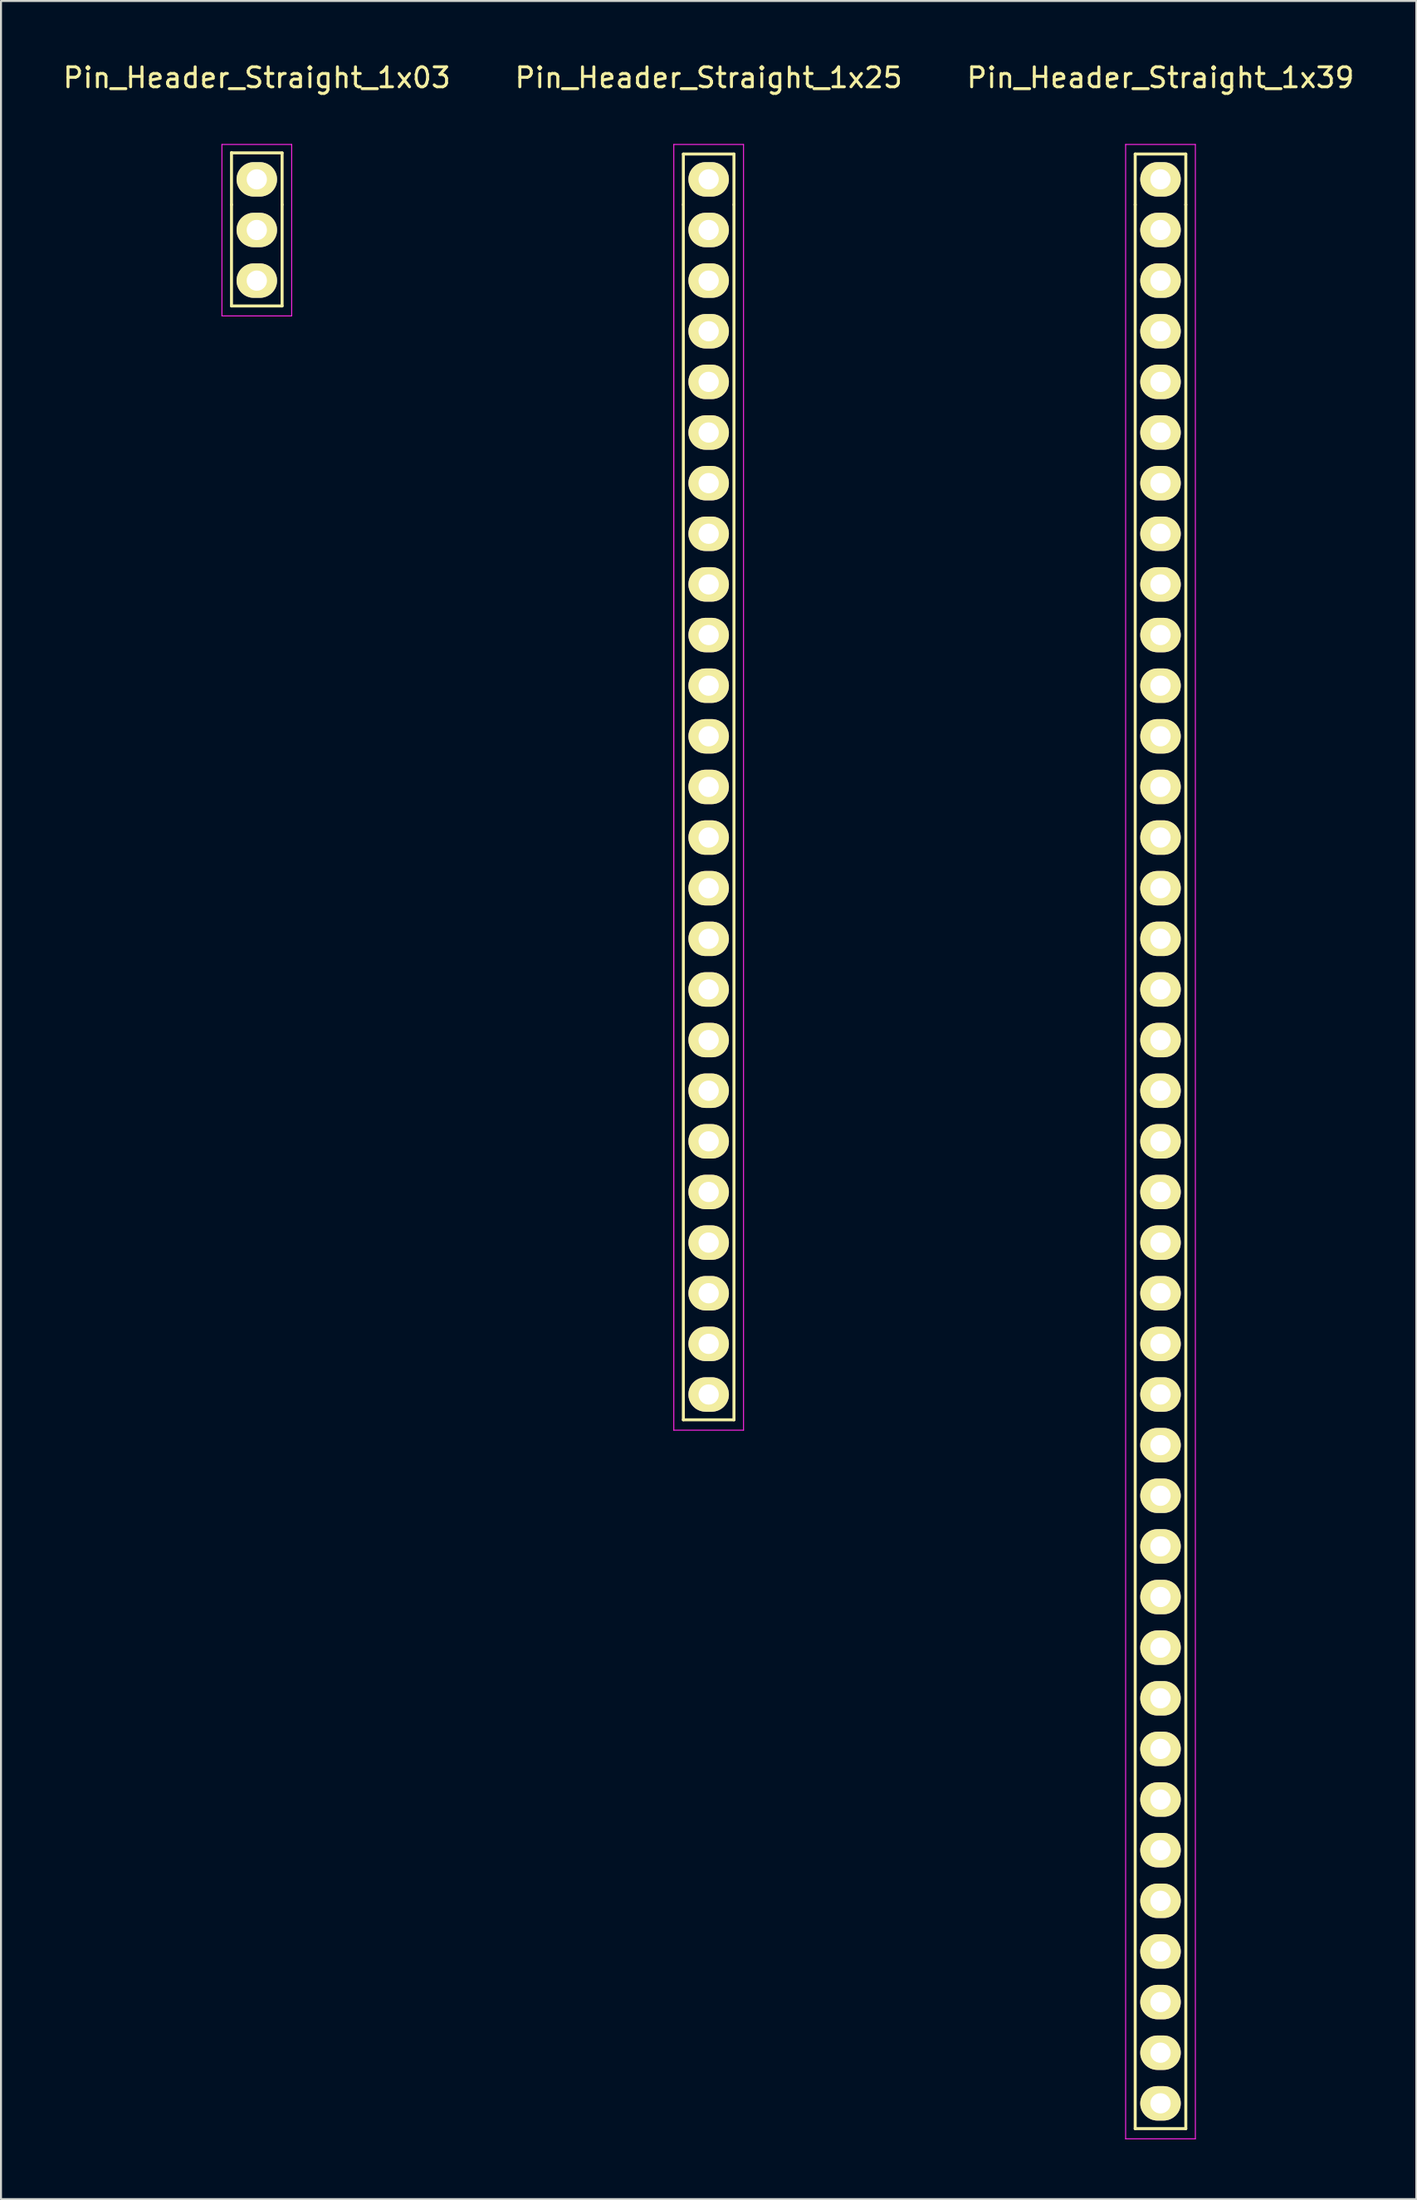
<source format=kicad_pcb>
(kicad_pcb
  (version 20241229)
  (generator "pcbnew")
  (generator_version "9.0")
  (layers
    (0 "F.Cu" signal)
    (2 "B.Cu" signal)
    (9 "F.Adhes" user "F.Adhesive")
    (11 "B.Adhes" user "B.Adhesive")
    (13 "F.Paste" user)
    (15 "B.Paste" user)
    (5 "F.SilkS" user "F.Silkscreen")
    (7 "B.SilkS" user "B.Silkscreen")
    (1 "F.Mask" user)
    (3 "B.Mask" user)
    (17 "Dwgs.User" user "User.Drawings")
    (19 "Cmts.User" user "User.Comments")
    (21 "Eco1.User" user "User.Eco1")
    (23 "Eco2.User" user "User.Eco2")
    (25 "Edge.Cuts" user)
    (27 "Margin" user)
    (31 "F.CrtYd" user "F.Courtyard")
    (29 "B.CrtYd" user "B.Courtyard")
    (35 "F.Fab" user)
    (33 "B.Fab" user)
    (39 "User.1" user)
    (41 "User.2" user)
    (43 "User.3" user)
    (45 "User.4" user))
  (footprint "Pin_Header_Straight_1x39"
    (layer "F.Cu")
    (at 55.196 5.948)
    (property "Reference" "Pin_Header_Straight_1x39" (at 0 -5.1 0) (layer "F.SilkS") (effects (font (size 1 1) (thickness 0.15))))
    (attr through_hole)
    (fp_line (start -1.27 -1.27) (end -1.27 1.27) (stroke (width 0.15) (type solid)) (layer "F.SilkS"))
    (fp_line (start -1.27 1.27) (end -1.27 97.79) (stroke (width 0.15) (type solid)) (layer "F.SilkS"))
    (fp_line (start -1.27 97.79) (end 1.27 97.79) (stroke (width 0.15) (type solid)) (layer "F.SilkS"))
    (fp_line (start 1.27 -1.27) (end -1.27 -1.27) (stroke (width 0.15) (type solid)) (layer "F.SilkS"))
    (fp_line (start 1.27 1.27) (end 1.27 -1.27) (stroke (width 0.15) (type solid)) (layer "F.SilkS"))
    (fp_line (start 1.27 97.79) (end 1.27 1.27) (stroke (width 0.15) (type solid)) (layer "F.SilkS"))
    (fp_line (start -1.75 -1.75) (end -1.75 98.3) (stroke (width 0.05) (type solid)) (layer "F.CrtYd"))
    (fp_line (start -1.75 -1.75) (end 1.75 -1.75) (stroke (width 0.05) (type solid)) (layer "F.CrtYd"))
    (fp_line (start -1.75 98.3) (end 1.75 98.3) (stroke (width 0.05) (type solid)) (layer "F.CrtYd"))
    (fp_line (start 1.75 -1.75) (end 1.75 98.3) (stroke (width 0.05) (type solid)) (layer "F.CrtYd"))
    (pad "1" thru_hole oval (at 0 0) (size 2.032 1.727) (drill 1.016) (layers "*.Cu" "*.Mask" "F.SilkS"))
    (pad "2" thru_hole oval (at 0 2.54) (size 2.032 1.727) (drill 1.016) (layers "*.Cu" "*.Mask" "F.SilkS"))
    (pad "3" thru_hole oval (at 0 5.08) (size 2.032 1.727) (drill 1.016) (layers "*.Cu" "*.Mask" "F.SilkS"))
    (pad "4" thru_hole oval (at 0 7.62) (size 2.032 1.727) (drill 1.016) (layers "*.Cu" "*.Mask" "F.SilkS"))
    (pad "5" thru_hole oval (at 0 10.16) (size 2.032 1.727) (drill 1.016) (layers "*.Cu" "*.Mask" "F.SilkS"))
    (pad "6" thru_hole oval (at 0 12.7) (size 2.032 1.727) (drill 1.016) (layers "*.Cu" "*.Mask" "F.SilkS"))
    (pad "7" thru_hole oval (at 0 15.24) (size 2.032 1.727) (drill 1.016) (layers "*.Cu" "*.Mask" "F.SilkS"))
    (pad "8" thru_hole oval (at 0 17.78) (size 2.032 1.727) (drill 1.016) (layers "*.Cu" "*.Mask" "F.SilkS"))
    (pad "9" thru_hole oval (at 0 20.32) (size 2.032 1.727) (drill 1.016) (layers "*.Cu" "*.Mask" "F.SilkS"))
    (pad "10" thru_hole oval (at 0 22.86) (size 2.032 1.727) (drill 1.016) (layers "*.Cu" "*.Mask" "F.SilkS"))
    (pad "11" thru_hole oval (at 0 25.4) (size 2.032 1.727) (drill 1.016) (layers "*.Cu" "*.Mask" "F.SilkS"))
    (pad "12" thru_hole oval (at 0 27.94) (size 2.032 1.727) (drill 1.016) (layers "*.Cu" "*.Mask" "F.SilkS"))
    (pad "13" thru_hole oval (at 0 30.48) (size 2.032 1.727) (drill 1.016) (layers "*.Cu" "*.Mask" "F.SilkS"))
    (pad "14" thru_hole oval (at 0 33.02) (size 2.032 1.727) (drill 1.016) (layers "*.Cu" "*.Mask" "F.SilkS"))
    (pad "15" thru_hole oval (at 0 35.56) (size 2.032 1.727) (drill 1.016) (layers "*.Cu" "*.Mask" "F.SilkS"))
    (pad "16" thru_hole oval (at 0 38.1) (size 2.032 1.727) (drill 1.016) (layers "*.Cu" "*.Mask" "F.SilkS"))
    (pad "17" thru_hole oval (at 0 40.64) (size 2.032 1.727) (drill 1.016) (layers "*.Cu" "*.Mask" "F.SilkS"))
    (pad "18" thru_hole oval (at 0 43.18) (size 2.032 1.727) (drill 1.016) (layers "*.Cu" "*.Mask" "F.SilkS"))
    (pad "19" thru_hole oval (at 0 45.72) (size 2.032 1.727) (drill 1.016) (layers "*.Cu" "*.Mask" "F.SilkS"))
    (pad "20" thru_hole oval (at 0 48.26) (size 2.032 1.727) (drill 1.016) (layers "*.Cu" "*.Mask" "F.SilkS"))
    (pad "21" thru_hole oval (at 0 50.8) (size 2.032 1.727) (drill 1.016) (layers "*.Cu" "*.Mask" "F.SilkS"))
    (pad "22" thru_hole oval (at 0 53.34) (size 2.032 1.727) (drill 1.016) (layers "*.Cu" "*.Mask" "F.SilkS"))
    (pad "23" thru_hole oval (at 0 55.88) (size 2.032 1.727) (drill 1.016) (layers "*.Cu" "*.Mask" "F.SilkS"))
    (pad "24" thru_hole oval (at 0 58.42) (size 2.032 1.727) (drill 1.016) (layers "*.Cu" "*.Mask" "F.SilkS"))
    (pad "25" thru_hole oval (at 0 60.96) (size 2.032 1.727) (drill 1.016) (layers "*.Cu" "*.Mask" "F.SilkS"))
    (pad "26" thru_hole oval (at 0 63.5) (size 2.032 1.727) (drill 1.016) (layers "*.Cu" "*.Mask" "F.SilkS"))
    (pad "27" thru_hole oval (at 0 66.04) (size 2.032 1.727) (drill 1.016) (layers "*.Cu" "*.Mask" "F.SilkS"))
    (pad "28" thru_hole oval (at 0 68.58) (size 2.032 1.727) (drill 1.016) (layers "*.Cu" "*.Mask" "F.SilkS"))
    (pad "29" thru_hole oval (at 0 71.12) (size 2.032 1.727) (drill 1.016) (layers "*.Cu" "*.Mask" "F.SilkS"))
    (pad "30" thru_hole oval (at 0 73.66) (size 2.032 1.727) (drill 1.016) (layers "*.Cu" "*.Mask" "F.SilkS"))
    (pad "31" thru_hole oval (at 0 76.2) (size 2.032 1.727) (drill 1.016) (layers "*.Cu" "*.Mask" "F.SilkS"))
    (pad "32" thru_hole oval (at 0 78.74) (size 2.032 1.727) (drill 1.016) (layers "*.Cu" "*.Mask" "F.SilkS"))
    (pad "33" thru_hole oval (at 0 81.28) (size 2.032 1.727) (drill 1.016) (layers "*.Cu" "*.Mask" "F.SilkS"))
    (pad "34" thru_hole oval (at 0 83.82) (size 2.032 1.727) (drill 1.016) (layers "*.Cu" "*.Mask" "F.SilkS"))
    (pad "35" thru_hole oval (at 0 86.36) (size 2.032 1.727) (drill 1.016) (layers "*.Cu" "*.Mask" "F.SilkS"))
    (pad "36" thru_hole oval (at 0 88.9) (size 2.032 1.727) (drill 1.016) (layers "*.Cu" "*.Mask" "F.SilkS"))
    (pad "37" thru_hole oval (at 0 91.44) (size 2.032 1.727) (drill 1.016) (layers "*.Cu" "*.Mask" "F.SilkS"))
    (pad "38" thru_hole oval (at 0 93.98) (size 2.032 1.727) (drill 1.016) (layers "*.Cu" "*.Mask" "F.SilkS"))
    (pad "39" thru_hole oval (at 0 96.52) (size 2.032 1.727) (drill 1.016) (layers "*.Cu" "*.Mask" "F.SilkS")))
  (footprint "Pin_Header_Straight_1x25"
    (layer "F.Cu")
    (at 32.518 5.948)
    (property "Reference" "Pin_Header_Straight_1x25" (at 0 -5.1 0) (layer "F.SilkS") (effects (font (size 1 1) (thickness 0.15))))
    (attr through_hole)
    (fp_line (start -1.27 -1.27) (end -1.27 1.27) (stroke (width 0.15) (type solid)) (layer "F.SilkS"))
    (fp_line (start -1.27 1.27) (end -1.27 62.23) (stroke (width 0.15) (type solid)) (layer "F.SilkS"))
    (fp_line (start -1.27 62.23) (end 1.27 62.23) (stroke (width 0.15) (type solid)) (layer "F.SilkS"))
    (fp_line (start 1.27 -1.27) (end -1.27 -1.27) (stroke (width 0.15) (type solid)) (layer "F.SilkS"))
    (fp_line (start 1.27 1.27) (end 1.27 -1.27) (stroke (width 0.15) (type solid)) (layer "F.SilkS"))
    (fp_line (start 1.27 62.23) (end 1.27 1.27) (stroke (width 0.15) (type solid)) (layer "F.SilkS"))
    (fp_line (start -1.75 -1.75) (end -1.75 62.75) (stroke (width 0.05) (type solid)) (layer "F.CrtYd"))
    (fp_line (start -1.75 -1.75) (end 1.75 -1.75) (stroke (width 0.05) (type solid)) (layer "F.CrtYd"))
    (fp_line (start -1.75 62.75) (end 1.75 62.75) (stroke (width 0.05) (type solid)) (layer "F.CrtYd"))
    (fp_line (start 1.75 -1.75) (end 1.75 62.75) (stroke (width 0.05) (type solid)) (layer "F.CrtYd"))
    (pad "1" thru_hole oval (at 0 0) (size 2.032 1.727) (drill 1.016) (layers "*.Cu" "*.Mask" "F.SilkS"))
    (pad "2" thru_hole oval (at 0 2.54) (size 2.032 1.727) (drill 1.016) (layers "*.Cu" "*.Mask" "F.SilkS"))
    (pad "3" thru_hole oval (at 0 5.08) (size 2.032 1.727) (drill 1.016) (layers "*.Cu" "*.Mask" "F.SilkS"))
    (pad "4" thru_hole oval (at 0 7.62) (size 2.032 1.727) (drill 1.016) (layers "*.Cu" "*.Mask" "F.SilkS"))
    (pad "5" thru_hole oval (at 0 10.16) (size 2.032 1.727) (drill 1.016) (layers "*.Cu" "*.Mask" "F.SilkS"))
    (pad "6" thru_hole oval (at 0 12.7) (size 2.032 1.727) (drill 1.016) (layers "*.Cu" "*.Mask" "F.SilkS"))
    (pad "7" thru_hole oval (at 0 15.24) (size 2.032 1.727) (drill 1.016) (layers "*.Cu" "*.Mask" "F.SilkS"))
    (pad "8" thru_hole oval (at 0 17.78) (size 2.032 1.727) (drill 1.016) (layers "*.Cu" "*.Mask" "F.SilkS"))
    (pad "9" thru_hole oval (at 0 20.32) (size 2.032 1.727) (drill 1.016) (layers "*.Cu" "*.Mask" "F.SilkS"))
    (pad "10" thru_hole oval (at 0 22.86) (size 2.032 1.727) (drill 1.016) (layers "*.Cu" "*.Mask" "F.SilkS"))
    (pad "11" thru_hole oval (at 0 25.4) (size 2.032 1.727) (drill 1.016) (layers "*.Cu" "*.Mask" "F.SilkS"))
    (pad "12" thru_hole oval (at 0 27.94) (size 2.032 1.727) (drill 1.016) (layers "*.Cu" "*.Mask" "F.SilkS"))
    (pad "13" thru_hole oval (at 0 30.48) (size 2.032 1.727) (drill 1.016) (layers "*.Cu" "*.Mask" "F.SilkS"))
    (pad "14" thru_hole oval (at 0 33.02) (size 2.032 1.727) (drill 1.016) (layers "*.Cu" "*.Mask" "F.SilkS"))
    (pad "15" thru_hole oval (at 0 35.56) (size 2.032 1.727) (drill 1.016) (layers "*.Cu" "*.Mask" "F.SilkS"))
    (pad "16" thru_hole oval (at 0 38.1) (size 2.032 1.727) (drill 1.016) (layers "*.Cu" "*.Mask" "F.SilkS"))
    (pad "17" thru_hole oval (at 0 40.64) (size 2.032 1.727) (drill 1.016) (layers "*.Cu" "*.Mask" "F.SilkS"))
    (pad "18" thru_hole oval (at 0 43.18) (size 2.032 1.727) (drill 1.016) (layers "*.Cu" "*.Mask" "F.SilkS"))
    (pad "19" thru_hole oval (at 0 45.72) (size 2.032 1.727) (drill 1.016) (layers "*.Cu" "*.Mask" "F.SilkS"))
    (pad "20" thru_hole oval (at 0 48.26) (size 2.032 1.727) (drill 1.016) (layers "*.Cu" "*.Mask" "F.SilkS"))
    (pad "21" thru_hole oval (at 0 50.8) (size 2.032 1.727) (drill 1.016) (layers "*.Cu" "*.Mask" "F.SilkS"))
    (pad "22" thru_hole oval (at 0 53.34) (size 2.032 1.727) (drill 1.016) (layers "*.Cu" "*.Mask" "F.SilkS"))
    (pad "23" thru_hole oval (at 0 55.88) (size 2.032 1.727) (drill 1.016) (layers "*.Cu" "*.Mask" "F.SilkS"))
    (pad "24" thru_hole oval (at 0 58.42) (size 2.032 1.727) (drill 1.016) (layers "*.Cu" "*.Mask" "F.SilkS"))
    (pad "25" thru_hole oval (at 0 60.96) (size 2.032 1.727) (drill 1.016) (layers "*.Cu" "*.Mask" "F.SilkS")))
  (footprint "Pin_Header_Straight_1x03"
    (layer "F.Cu")
    (at 9.839 5.948)
    (property "Reference" "Pin_Header_Straight_1x03" (at 0 -5.1 0) (layer "F.SilkS") (effects (font (size 1 1) (thickness 0.15))))
    (attr through_hole)
    (fp_line (start -1.27 1.27) (end -1.27 -1.346) (stroke (width 0.15) (type solid)) (layer "F.SilkS"))
    (fp_line (start -1.27 1.27) (end -1.27 6.35) (stroke (width 0.15) (type solid)) (layer "F.SilkS"))
    (fp_line (start -1.27 6.35) (end 1.27 6.35) (stroke (width 0.15) (type solid)) (layer "F.SilkS"))
    (fp_line (start 1.27 1.27) (end 1.27 -1.321) (stroke (width 0.15) (type solid)) (layer "F.SilkS"))
    (fp_line (start 1.27 6.35) (end 1.27 1.27) (stroke (width 0.15) (type solid)) (layer "F.SilkS"))
    (fp_line (start 1.272 -1.33) (end -1.268 -1.33) (stroke (width 0.15) (type solid)) (layer "F.SilkS"))
    (fp_line (start -1.75 -1.75) (end -1.75 6.85) (stroke (width 0.05) (type solid)) (layer "F.CrtYd"))
    (fp_line (start -1.75 -1.75) (end 1.75 -1.75) (stroke (width 0.05) (type solid)) (layer "F.CrtYd"))
    (fp_line (start -1.75 6.85) (end 1.75 6.85) (stroke (width 0.05) (type solid)) (layer "F.CrtYd"))
    (fp_line (start 1.75 -1.75) (end 1.75 6.85) (stroke (width 0.05) (type solid)) (layer "F.CrtYd"))
    (pad "1" thru_hole oval (at 0 0) (size 2.032 1.727) (drill 1.016) (layers "*.Cu" "*.Mask" "F.SilkS"))
    (pad "2" thru_hole oval (at 0 2.54) (size 2.032 1.727) (drill 1.016) (layers "*.Cu" "*.Mask" "F.SilkS"))
    (pad "3" thru_hole oval (at 0 5.08) (size 2.032 1.727) (drill 1.016) (layers "*.Cu" "*.Mask" "F.SilkS")))
  (gr_rect
    (start -3 -3)
    (end 68.036 107.273)
    (stroke (width 0.1) (type default))
    (fill no)
    (layer "Edge.Cuts")))
</source>
